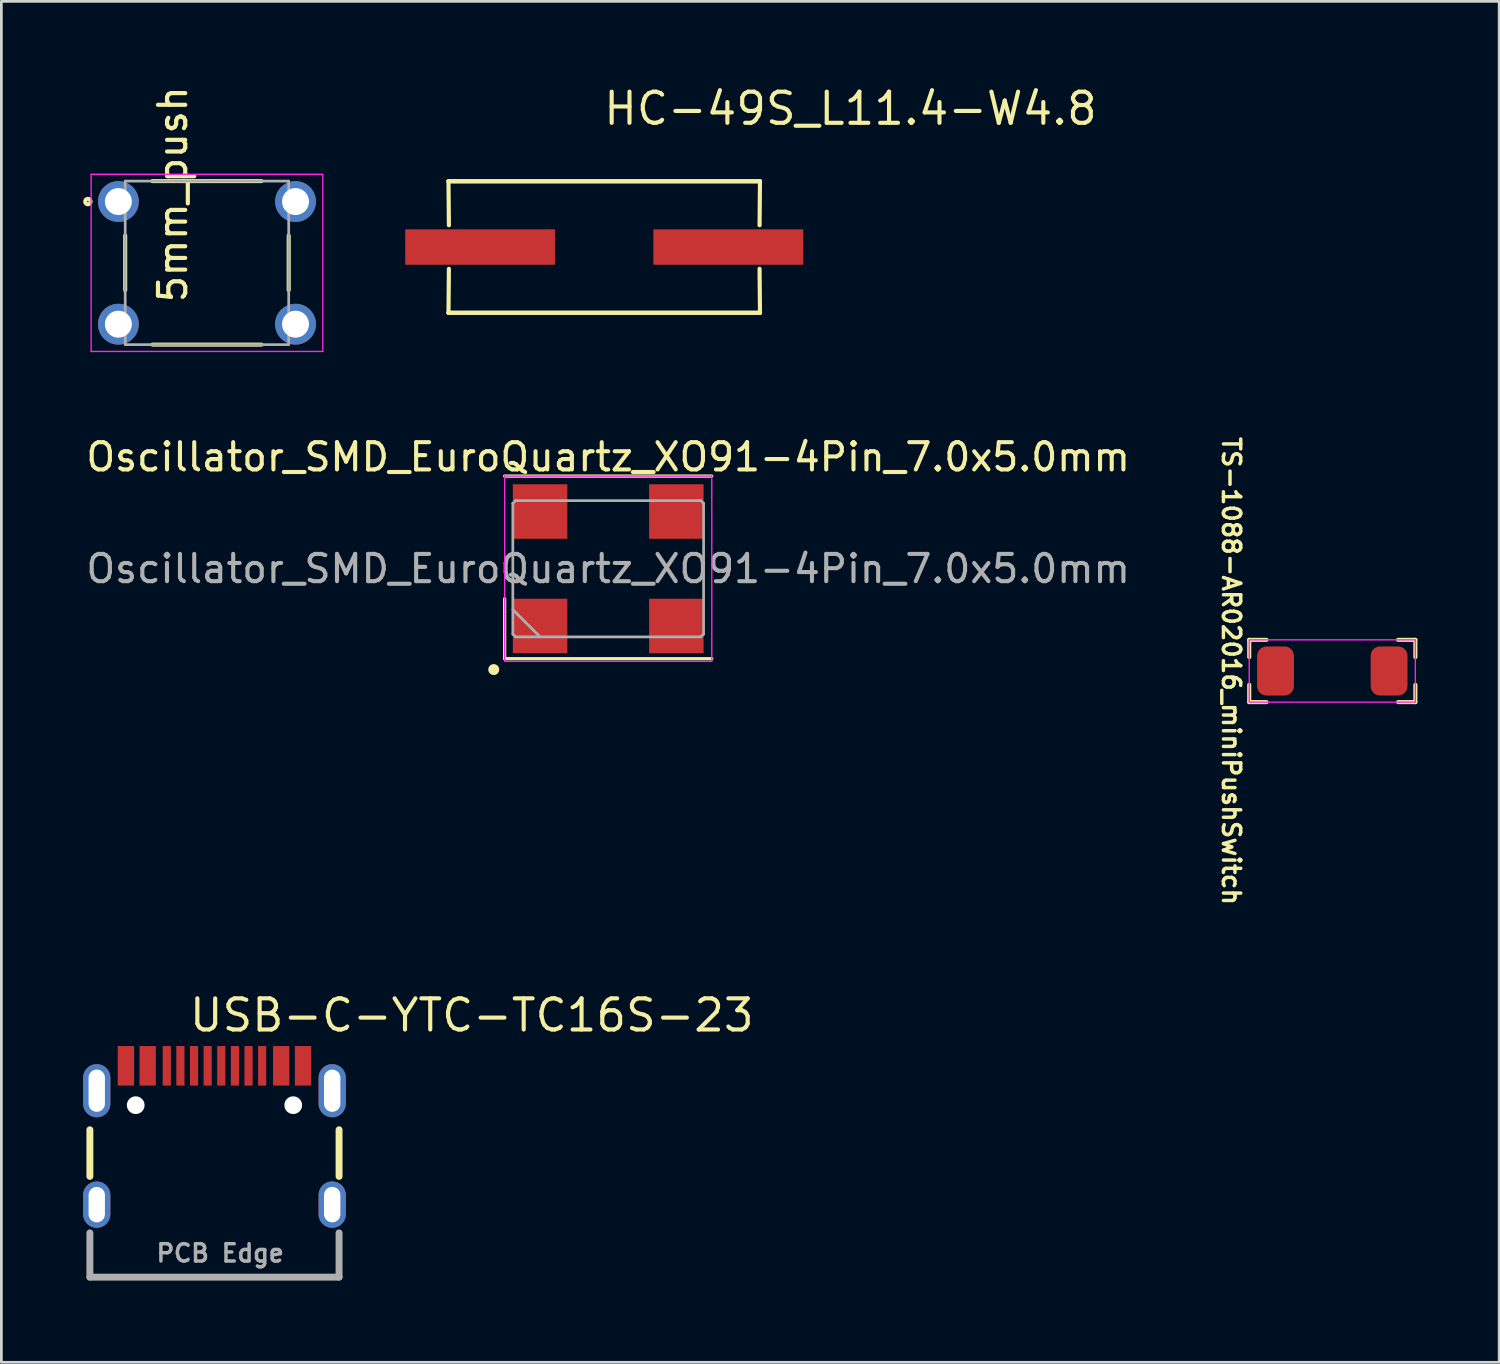
<source format=kicad_pcb>
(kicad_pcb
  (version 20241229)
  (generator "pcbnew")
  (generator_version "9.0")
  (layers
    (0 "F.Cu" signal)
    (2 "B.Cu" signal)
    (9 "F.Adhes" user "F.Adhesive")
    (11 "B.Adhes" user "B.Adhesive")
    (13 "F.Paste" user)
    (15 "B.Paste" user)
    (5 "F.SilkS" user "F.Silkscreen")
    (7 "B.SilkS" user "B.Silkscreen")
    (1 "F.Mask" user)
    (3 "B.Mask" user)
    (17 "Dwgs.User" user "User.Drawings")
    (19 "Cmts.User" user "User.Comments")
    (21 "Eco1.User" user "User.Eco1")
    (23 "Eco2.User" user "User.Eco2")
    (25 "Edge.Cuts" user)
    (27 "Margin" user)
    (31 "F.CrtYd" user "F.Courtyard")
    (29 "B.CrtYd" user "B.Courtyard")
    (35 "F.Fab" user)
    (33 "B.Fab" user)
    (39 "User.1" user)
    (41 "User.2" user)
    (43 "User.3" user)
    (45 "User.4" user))
  (footprint "TS-1088-AR02016_miniPushSwitch"
    (layer "F.Cu")
    (at 45.838 21.571)
    (property "Reference" "TS-1088-AR02016_miniPushSwitch" (at -3.708 0 270) (unlocked yes) (layer "F.SilkS") (effects (font (size 0.635 0.635) (thickness 0.127))))
    (attr smd)
    (fp_line (start -3.048 -1.143) (end -3.048 -0.508) (stroke (width 0.15) (type default)) (layer "F.SilkS"))
    (fp_line (start -3.048 1.143) (end -3.048 0.508) (stroke (width 0.15) (type default)) (layer "F.SilkS"))
    (fp_line (start -2.413 -1.143) (end -3.048 -1.143) (stroke (width 0.15) (type default)) (layer "F.SilkS"))
    (fp_line (start -2.413 1.143) (end -3.048 1.143) (stroke (width 0.15) (type default)) (layer "F.SilkS"))
    (fp_line (start 2.413 -1.143) (end 3.048 -1.143) (stroke (width 0.15) (type default)) (layer "F.SilkS"))
    (fp_line (start 2.413 1.143) (end 3.048 1.143) (stroke (width 0.15) (type default)) (layer "F.SilkS"))
    (fp_line (start 3.048 -1.143) (end 3.048 -0.508) (stroke (width 0.15) (type default)) (layer "F.SilkS"))
    (fp_line (start 3.048 1.143) (end 3.048 0.508) (stroke (width 0.15) (type default)) (layer "F.SilkS"))
    (fp_rect (start -3.048 -1.143) (end 3.048 1.143) (stroke (width 0.05) (type default)) (fill no) (layer "F.CrtYd"))
    (pad "1" smd roundrect (at -2.083 0) (size 1.35 1.8) (layers "F.Cu" "F.Mask" "F.Paste") (roundrect_rratio 0.25))
    (pad "2" smd roundrect (at 2.083 0) (size 1.35 1.8) (layers "F.Cu" "F.Mask" "F.Paste") (roundrect_rratio 0.25)))
  (footprint "HC-49S_L11.4-W4.8"
    (layer "F.Cu")
    (at 19.122 6.015)
    (property "Reference" "HC-49S_L11.4-W4.8" (at -0.099 -5.08 0) (layer "F.SilkS") (effects (font (size 1.143 1.143) (thickness 0.152)) (justify left)))
    (attr smd)
    (fp_line (start -5.715 -2.413) (end -5.7 -0.8) (stroke (width 0.152) (type solid)) (layer "F.SilkS"))
    (fp_line (start -5.715 2.413) (end 5.715 2.413) (stroke (width 0.152) (type solid)) (layer "F.SilkS"))
    (fp_line (start -5.715 2.413) (end 5.715 2.413) (stroke (width 0.152) (type solid)) (layer "F.SilkS"))
    (fp_line (start -5.7 0.8) (end -5.715 2.413) (stroke (width 0.152) (type solid)) (layer "F.SilkS"))
    (fp_line (start 5.7 -0.8) (end 5.715 -2.413) (stroke (width 0.152) (type solid)) (layer "F.SilkS"))
    (fp_line (start 5.715 -2.413) (end -5.715 -2.413) (stroke (width 0.152) (type solid)) (layer "F.SilkS"))
    (fp_line (start 5.715 -2.413) (end -5.715 -2.413) (stroke (width 0.152) (type solid)) (layer "F.SilkS"))
    (fp_line (start 5.715 2.413) (end 5.7 0.8) (stroke (width 0.152) (type solid)) (layer "F.SilkS"))
    (pad "1" smd rect (at -4.553 0 180) (size 5.5 1.3) (layers "F.Cu" "F.Mask" "F.Paste"))
    (pad "2" smd rect (at 4.553 0 180) (size 5.5 1.3) (layers "F.Cu" "F.Mask" "F.Paste")))
  (footprint "5mm_push"
    (layer "F.Cu")
    (at 4.544 6.596)
    (property "Reference" "5mm_push" (at -1.252 -2.515 90) (unlocked yes) (layer "F.SilkS") (effects (font (size 1 1) (thickness 0.153) (bold yes))))
    (attr through_hole)
    (fp_line (start -3 -1) (end -3 1) (stroke (width 0.15) (type solid)) (layer "F.SilkS"))
    (fp_line (start -2 -3) (end 2 -3) (stroke (width 0.15) (type solid)) (layer "F.SilkS"))
    (fp_line (start -2 3) (end 2 3) (stroke (width 0.15) (type solid)) (layer "F.SilkS"))
    (fp_line (start 3 -1) (end 3 1) (stroke (width 0.15) (type solid)) (layer "F.SilkS"))
    (fp_circle (center -4.369 -2.25) (end -4.269 -2.25) (stroke (width 0.15) (type solid)) (fill no) (layer "F.SilkS"))
    (fp_line (start -4.25 -3.25) (end 4.25 -3.25) (stroke (width 0.05) (type solid)) (layer "F.CrtYd"))
    (fp_line (start -4.25 3.25) (end -4.25 -3.25) (stroke (width 0.05) (type solid)) (layer "F.CrtYd"))
    (fp_line (start 4.25 -3.25) (end 4.25 3.25) (stroke (width 0.05) (type solid)) (layer "F.CrtYd"))
    (fp_line (start 4.25 3.25) (end -4.25 3.25) (stroke (width 0.05) (type solid)) (layer "F.CrtYd"))
    (fp_line (start -3 -3) (end 3 -3) (stroke (width 0.1) (type solid)) (layer "F.Fab"))
    (fp_line (start -3 3) (end -3 -3) (stroke (width 0.1) (type solid)) (layer "F.Fab"))
    (fp_line (start 3 -3) (end 3 3) (stroke (width 0.1) (type solid)) (layer "F.Fab"))
    (fp_line (start 3 3) (end -3 3) (stroke (width 0.1) (type solid)) (layer "F.Fab"))
    (pad "1" thru_hole circle (at -3.25 -2.25) (size 1.498 1.498) (drill 0.99) (layers "*.Cu" "*.Mask"))
    (pad "2" thru_hole circle (at 3.25 -2.25) (size 1.498 1.498) (drill 0.99) (layers "*.Cu" "*.Mask"))
    (pad "3" thru_hole circle (at -3.25 2.25) (size 1.498 1.498) (drill 0.99) (layers "*.Cu" "*.Mask"))
    (pad "4" thru_hole circle (at 3.25 2.25) (size 1.498 1.498) (drill 0.99) (layers "*.Cu" "*.Mask")))
  (footprint "Oscillator_SMD_EuroQuartz_XO91-4Pin_7.0x5.0mm"
    (layer "F.Cu")
    (at 19.268 17.82)
    (property "Reference" "Oscillator_SMD_EuroQuartz_XO91-4Pin_7.0x5.0mm" (at 0 -4.1 0) (layer "F.SilkS") (effects (font (size 1 1) (thickness 0.15))))
    (attr smd)
    (fp_line (start -3.8 1.1) (end -3.8 3.3) (stroke (width 0.12) (type default)) (layer "F.SilkS"))
    (fp_line (start -3.8 3.3) (end 3.8 3.3) (stroke (width 0.12) (type default)) (layer "F.SilkS"))
    (fp_line (start 3.8 -3.4) (end -3.8 -3.4) (stroke (width 0.12) (type default)) (layer "F.SilkS"))
    (fp_circle (center -4.2 3.7) (end -4.059 3.7) (stroke (width 0.12) (type solid)) (fill yes) (layer "F.SilkS"))
    (fp_line (start -3.8 -3.4) (end -3.8 3.4) (stroke (width 0.05) (type solid)) (layer "F.CrtYd"))
    (fp_line (start -3.8 3.4) (end 3.8 3.4) (stroke (width 0.05) (type solid)) (layer "F.CrtYd"))
    (fp_line (start 3.8 -3.4) (end -3.8 -3.4) (stroke (width 0.05) (type solid)) (layer "F.CrtYd"))
    (fp_line (start 3.8 3.4) (end 3.8 -3.4) (stroke (width 0.05) (type solid)) (layer "F.CrtYd"))
    (fp_line (start -3.5 -2.4) (end -3.4 -2.5) (stroke (width 0.1) (type solid)) (layer "F.Fab"))
    (fp_line (start -3.5 1.5) (end -2.5 2.5) (stroke (width 0.1) (type solid)) (layer "F.Fab"))
    (fp_line (start -3.5 2.4) (end -3.5 -2.4) (stroke (width 0.1) (type solid)) (layer "F.Fab"))
    (fp_line (start -3.4 -2.5) (end 3.4 -2.5) (stroke (width 0.1) (type solid)) (layer "F.Fab"))
    (fp_line (start -3.4 2.5) (end -3.5 2.4) (stroke (width 0.1) (type solid)) (layer "F.Fab"))
    (fp_line (start 3.4 -2.5) (end 3.5 -2.4) (stroke (width 0.1) (type solid)) (layer "F.Fab"))
    (fp_line (start 3.4 2.5) (end -3.4 2.5) (stroke (width 0.1) (type solid)) (layer "F.Fab"))
    (fp_line (start 3.5 -2.4) (end 3.5 2.4) (stroke (width 0.1) (type solid)) (layer "F.Fab"))
    (fp_line (start 3.5 2.4) (end 3.4 2.5) (stroke (width 0.1) (type solid)) (layer "F.Fab"))
    (fp_text user "${REFERENCE}" (at 0 0 0) (layer "F.Fab") (effects (font (size 1 1) (thickness 0.15))))
    (pad "1" smd rect (at -2.5 2.1) (size 2 2) (layers "F.Cu" "F.Mask" "F.Paste"))
    (pad "2" smd rect (at 2.5 2.1) (size 2 2) (layers "F.Cu" "F.Mask" "F.Paste"))
    (pad "3" smd rect (at 2.5 -2.1) (size 2 2) (layers "F.Cu" "F.Mask" "F.Paste"))
    (pad "4" smd rect (at -2.5 -2.1) (size 2 2) (layers "F.Cu" "F.Mask" "F.Paste")))
  (footprint "USB-C-YTC-TC16S-23"
    (layer "F.Cu")
    (at 4.82 38.606)
    (property "Reference" "USB-C-YTC-TC16S-23" (at -1 -4.4 0) (layer "F.SilkS") (effects (font (size 1.143 1.143) (thickness 0.152)) (justify left)))
    (attr smd)
    (fp_line (start -4.572 -0.2) (end -4.572 1.511) (stroke (width 0.254) (type solid)) (layer "F.SilkS"))
    (fp_line (start 4.572 1.511) (end 4.572 -0.2) (stroke (width 0.254) (type solid)) (layer "F.SilkS"))
    (fp_poly (pts (xy -3.55 -3.272) (xy -3.55 -1.822) (xy -2.95 -1.822) (xy -2.95 -3.272)) (stroke (width 0) (type solid)) (fill yes) (layer "F.Paste"))
    (fp_poly (pts (xy -2.75 -3.272) (xy -2.75 -1.822) (xy -2.15 -1.822) (xy -2.15 -3.272)) (stroke (width 0) (type solid)) (fill yes) (layer "F.Paste"))
    (fp_poly (pts (xy -1.6 -1.822) (xy -1.6 -3.272) (xy -1.9 -3.272) (xy -1.9 -1.822)) (stroke (width 0) (type solid)) (fill yes) (layer "F.Paste"))
    (fp_poly (pts (xy -1.1 -1.822) (xy -1.1 -3.272) (xy -1.4 -3.272) (xy -1.4 -1.822)) (stroke (width 0) (type solid)) (fill yes) (layer "F.Paste"))
    (fp_poly (pts (xy -0.6 -1.822) (xy -0.6 -3.272) (xy -0.9 -3.272) (xy -0.9 -1.822)) (stroke (width 0) (type solid)) (fill yes) (layer "F.Paste"))
    (fp_poly (pts (xy -0.1 -1.822) (xy -0.1 -3.272) (xy -0.4 -3.272) (xy -0.4 -1.822)) (stroke (width 0) (type solid)) (fill yes) (layer "F.Paste"))
    (fp_poly (pts (xy 0.4 -1.822) (xy 0.4 -3.272) (xy 0.1 -3.272) (xy 0.1 -1.822)) (stroke (width 0) (type solid)) (fill yes) (layer "F.Paste"))
    (fp_poly (pts (xy 0.9 -1.822) (xy 0.9 -3.272) (xy 0.6 -3.272) (xy 0.6 -1.822)) (stroke (width 0) (type solid)) (fill yes) (layer "F.Paste"))
    (fp_poly (pts (xy 1.4 -1.822) (xy 1.4 -3.272) (xy 1.1 -3.272) (xy 1.1 -1.822)) (stroke (width 0) (type solid)) (fill yes) (layer "F.Paste"))
    (fp_poly (pts (xy 1.6 -3.272) (xy 1.6 -1.822) (xy 1.9 -1.822) (xy 1.9 -3.272)) (stroke (width 0) (type solid)) (fill yes) (layer "F.Paste"))
    (fp_poly (pts (xy 2.15 -3.272) (xy 2.15 -1.822) (xy 2.75 -1.822) (xy 2.75 -3.272)) (stroke (width 0) (type solid)) (fill yes) (layer "F.Paste"))
    (fp_poly (pts (xy 2.95 -3.272) (xy 2.95 -1.822) (xy 3.55 -1.822) (xy 3.55 -3.272)) (stroke (width 0) (type solid)) (fill yes) (layer "F.Paste"))
    (fp_circle (center -2.89 -1.102) (end -2.763 -1.102) (stroke (width 0.254) (type solid)) (fill no) (layer "Cmts.User"))
    (fp_circle (center 2.89 -1.102) (end 3.017 -1.102) (stroke (width 0.254) (type solid)) (fill no) (layer "Cmts.User"))
    (fp_line (start -4.572 3.584) (end -4.572 5.207) (stroke (width 0.254) (type solid)) (layer "F.Fab"))
    (fp_line (start -4.572 5.207) (end 4.572 5.207) (stroke (width 0.254) (type solid)) (layer "F.Fab"))
    (fp_line (start 4.572 5.207) (end 4.572 3.584) (stroke (width 0.254) (type solid)) (layer "F.Fab"))
    (fp_text user "PCB Edge" (at -2.2 4.7 0) (unlocked yes) (layer "F.Fab") (effects (font (size 0.635 0.635) (thickness 0.127) (bold yes)) (justify left bottom)))
    (pad "" np_thru_hole circle (at -2.89 -1.102) (size 0.65 0.65) (drill 0.65) (layers "*.Cu" "*.Mask"))
    (pad "" np_thru_hole circle (at 2.89 -1.102) (size 0.65 0.65) (drill 0.65) (layers "*.Cu" "*.Mask"))
    (pad "A1B12" smd rect (at -3.25 -2.547) (size 0.6 1.45) (layers "F.Cu" "F.Mask" "F.Paste"))
    (pad "A4B9" smd rect (at -2.45 -2.547) (size 0.6 1.45) (layers "F.Cu" "F.Mask" "F.Paste"))
    (pad "A5" smd rect (at -1.25 -2.547) (size 0.3 1.45) (layers "F.Cu" "F.Mask" "F.Paste"))
    (pad "A6" smd rect (at -0.25 -2.547) (size 0.3 1.45) (layers "F.Cu" "F.Mask" "F.Paste"))
    (pad "A7" smd rect (at 0.25 -2.547) (size 0.3 1.45) (layers "F.Cu" "F.Mask" "F.Paste"))
    (pad "A8" smd rect (at 1.25 -2.547) (size 0.3 1.45) (layers "F.Cu" "F.Mask" "F.Paste"))
    (pad "A9B4" smd rect (at 2.45 -2.547) (size 0.6 1.45) (layers "F.Cu" "F.Mask" "F.Paste"))
    (pad "A12B1" smd rect (at 3.25 -2.547) (size 0.6 1.45) (layers "F.Cu" "F.Mask" "F.Paste"))
    (pad "B5" smd rect (at 1.75 -2.547) (size 0.3 1.45) (layers "F.Cu" "F.Mask" "F.Paste"))
    (pad "B6" smd rect (at 0.75 -2.547) (size 0.3 1.45) (layers "F.Cu" "F.Mask" "F.Paste"))
    (pad "B7" smd rect (at -0.75 -2.547) (size 0.3 1.45) (layers "F.Cu" "F.Mask" "F.Paste"))
    (pad "B8" smd rect (at -1.75 -2.547) (size 0.3 1.45) (layers "F.Cu" "F.Mask" "F.Paste"))
    (pad "S1" thru_hole oval (at -4.32 -1.633) (size 1 1.95) (drill oval 0.6 1.55) (layers "*.Cu" "*.Mask"))
    (pad "S1" thru_hole oval (at -4.32 2.547) (size 1 1.7) (drill oval 0.6 1.3) (layers "*.Cu" "*.Mask"))
    (pad "S1" thru_hole oval (at 4.32 -1.633) (size 1 1.95) (drill oval 0.6 1.55) (layers "*.Cu" "*.Mask"))
    (pad "S1" thru_hole oval (at 4.32 2.547) (size 1 1.7) (drill oval 0.6 1.3) (layers "*.Cu" "*.Mask")))
  (gr_rect
    (start -3 -3)
    (end 51.961 46.94)
    (stroke (width 0.1) (type default))
    (fill no)
    (layer "Edge.Cuts")))
</source>
